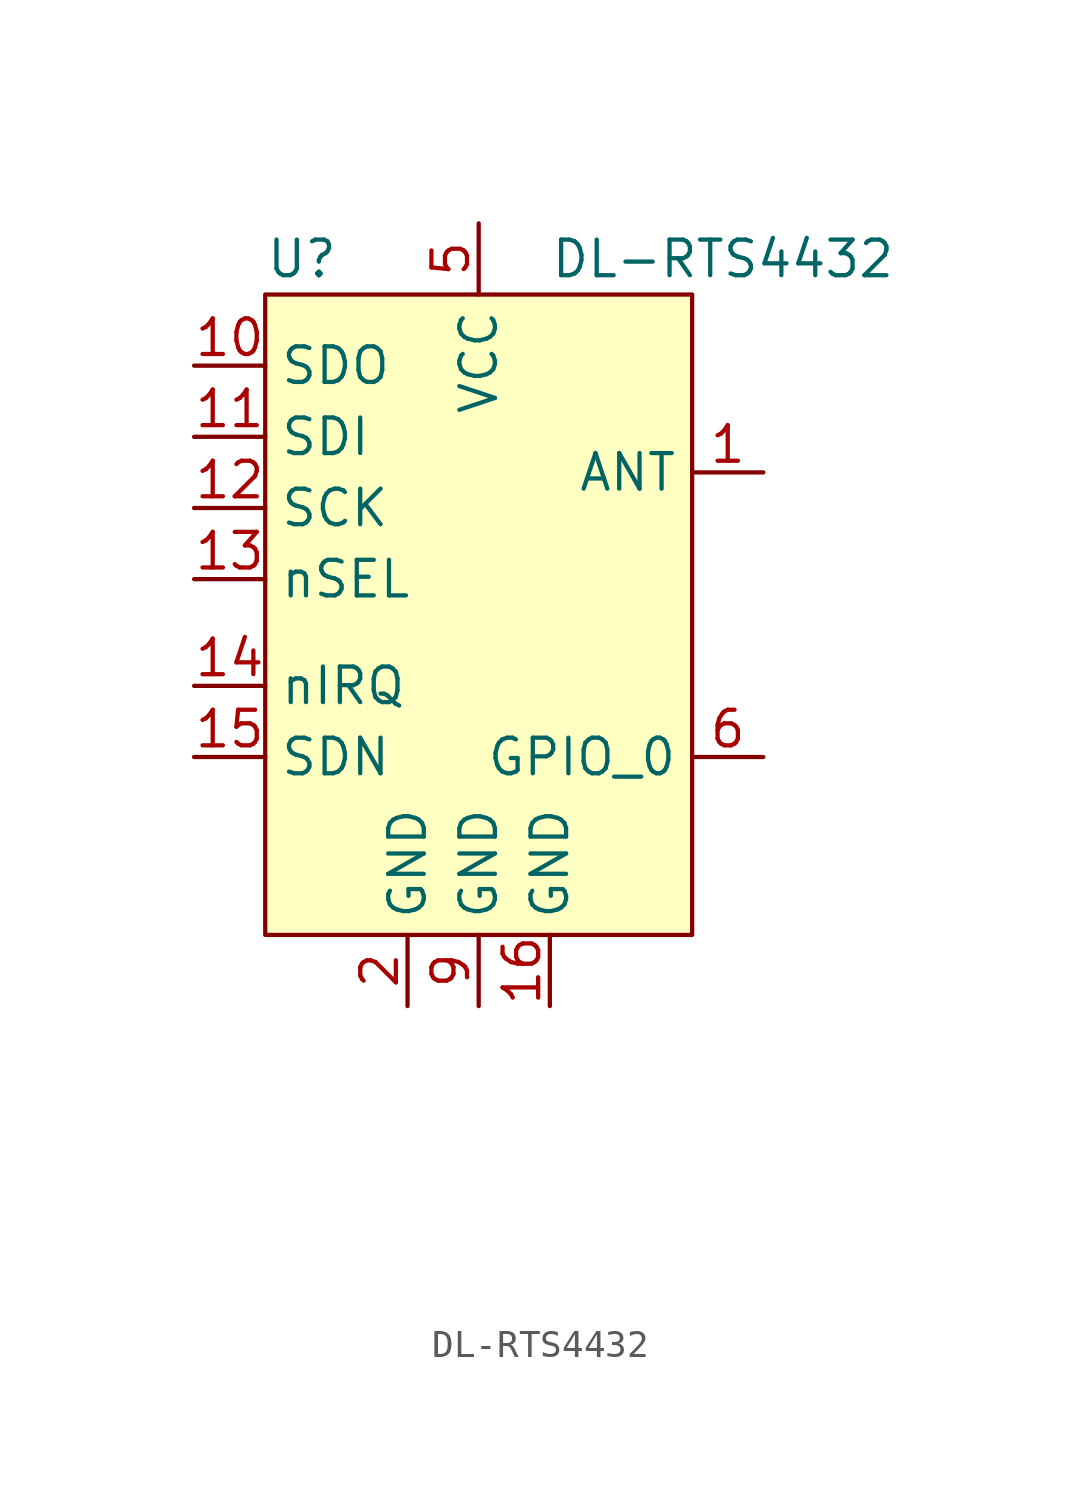
<source format=kicad_sym>
(kicad_symbol_lib
  (version 20211014)
  (generator kicad_symbol_editor)
  (symbol "DL-RTS4432"
    (property "Reference" "U"
      (at -7.62 7.62 0)
      (effects (font (size 1.27 1.27)) (justify left)))
    (property "Value" "DL-RTS4432"
      (at 2.54 7.62 0)
      (effects (font (size 1.27 1.27)) (justify left)))
    (symbol "DL-RTS4432_0_1"
      (rectangle (start -7.62 6.35) (end 7.62 -16.51) (stroke (width 0.152) (type default) (color 0 0 0 0)) (fill (type background))))
    (symbol "DL-RTS4432_1_1"
      (pin output line (at 10.16 0 180) (length 2.54) (name "ANT" (effects (font (size 1.27 1.27)))) (number "1" (effects (font (size 1.27 1.27)))))
      (pin output line (at -10.16 3.81 0) (length 2.54) (name "SDO" (effects (font (size 1.27 1.27)))) (number "10" (effects (font (size 1.27 1.27)))))
      (pin input line (at -10.16 1.27 0) (length 2.54) (name "SDI" (effects (font (size 1.27 1.27)))) (number "11" (effects (font (size 1.27 1.27)))))
      (pin input line (at -10.16 -1.27 0) (length 2.54) (name "SCK" (effects (font (size 1.27 1.27)))) (number "12" (effects (font (size 1.27 1.27)))))
      (pin input line (at -10.16 -3.81 0) (length 2.54) (name "nSEL" (effects (font (size 1.27 1.27)))) (number "13" (effects (font (size 1.27 1.27)))))
      (pin input line (at -10.16 -7.62 0) (length 2.54) (name "nIRQ" (effects (font (size 1.27 1.27)))) (number "14" (effects (font (size 1.27 1.27)))))
      (pin input line (at -10.16 -10.16 0) (length 2.54) (name "SDN" (effects (font (size 1.27 1.27)))) (number "15" (effects (font (size 1.27 1.27)))))
      (pin power_in line (at 2.54 -19.05 90) (length 2.54) (name "GND" (effects (font (size 1.27 1.27)))) (number "16" (effects (font (size 1.27 1.27)))))
      (pin power_in line (at -2.54 -19.05 90) (length 2.54) (name "GND" (effects (font (size 1.27 1.27)))) (number "2" (effects (font (size 1.27 1.27)))))
      (pin no_connect line (at 13.97 -19.05 180) (length 2.54) hide (name "NC" (effects (font (size 1.27 1.27)))) (number "3" (effects (font (size 1.27 1.27)))))
      (pin no_connect line (at 13.97 -21.59 180) (length 2.54) hide (name "NC" (effects (font (size 1.27 1.27)))) (number "4" (effects (font (size 1.27 1.27)))))
      (pin power_in line (at 0 8.89 270) (length 2.54) (name "VCC" (effects (font (size 1.27 1.27)))) (number "5" (effects (font (size 1.27 1.27)))))
      (pin bidirectional line (at 10.16 -10.16 180) (length 2.54) (name "GPIO_0" (effects (font (size 1.27 1.27)))) (number "6" (effects (font (size 1.27 1.27)))))
      (pin no_connect line (at 13.97 -24.13 180) (length 2.54) hide (name "NC" (effects (font (size 1.27 1.27)))) (number "7" (effects (font (size 1.27 1.27)))))
      (pin no_connect line (at 13.97 -26.67 180) (length 2.54) hide (name "NC" (effects (font (size 1.27 1.27)))) (number "8" (effects (font (size 1.27 1.27)))))
      (pin power_in line (at 0 -19.05 90) (length 2.54) (name "GND" (effects (font (size 1.27 1.27)))) (number "9" (effects (font (size 1.27 1.27))))))))
</source>
